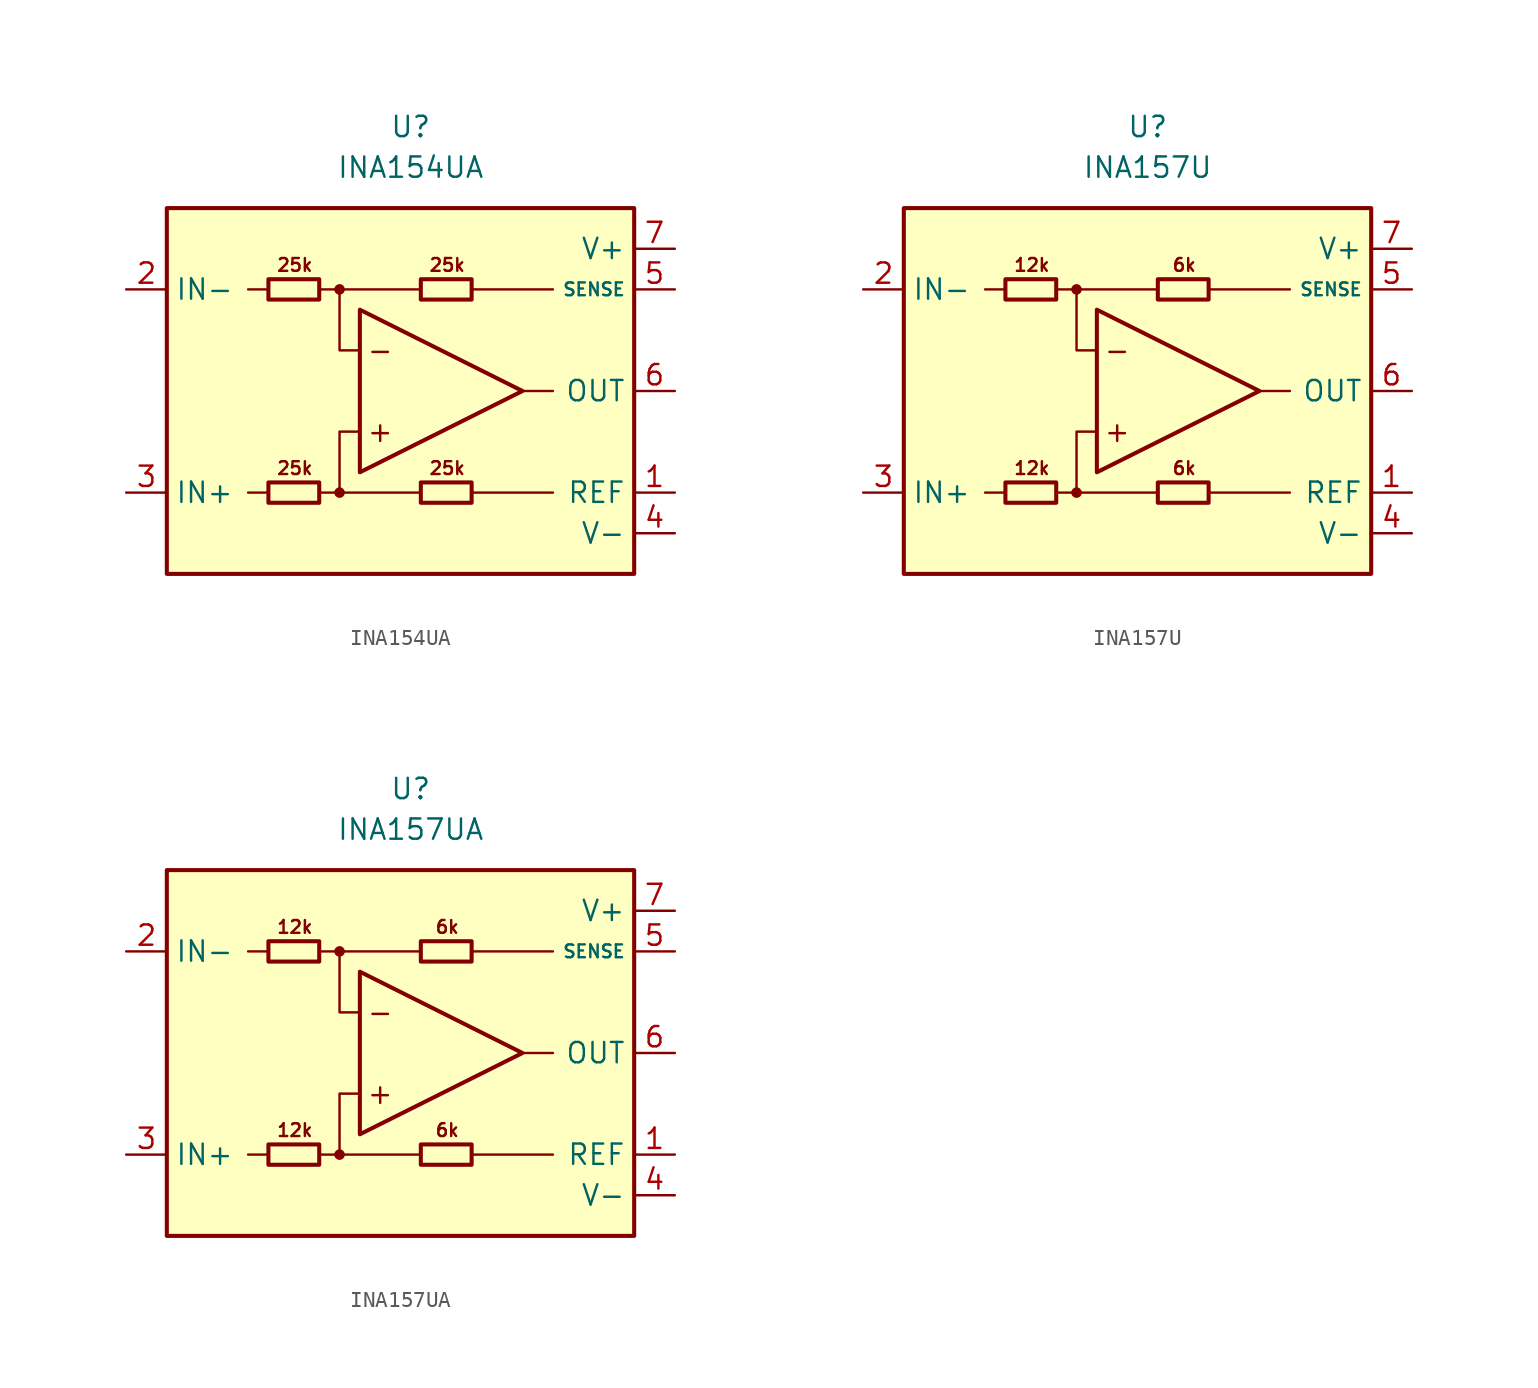
<source format=kicad_sym>
(kicad_symbol_lib
  (version 20211014)
  (generator kicad_symbol_editor)
  (symbol "INA154UA"
    (property "Reference" "U"
      (at 0 16.51 0)
      (effects (font (size 1.27 1.27))))
    (property "Value" "INA154UA"
      (at 0 13.97 0)
      (effects (font (size 1.27 1.27))))
    (symbol "INA154UA_0_0"
      (rectangle (start -15.24 11.43) (end 13.97 -11.43) (stroke (width 0.254) (type default) (color 0 0 0 0)) (fill (type background)))
      (circle (center -4.445 -6.35) (radius 0.254) (stroke (width 0.152) (type default) (color 0 0 0 0)) (fill (type outline)))
      (circle (center -4.445 6.35) (radius 0.254) (stroke (width 0.152) (type default) (color 0 0 0 0)) (fill (type outline)))
      (polyline (pts (xy -8.89 -6.35) (xy -10.16 -6.35)) (stroke (width 0.152) (type default) (color 0 0 0 0)) (fill (type none)))
      (polyline (pts (xy -8.89 6.35) (xy -10.16 6.35)) (stroke (width 0.152) (type default) (color 0 0 0 0)) (fill (type none)))
      (polyline (pts (xy -4.445 6.35) (xy 0.635 6.35)) (stroke (width 0.152) (type default) (color 0 0 0 0)) (fill (type none)))
      (polyline (pts (xy 0.635 -6.35) (xy -4.445 -6.35)) (stroke (width 0.152) (type default) (color 0 0 0 0)) (fill (type none)))
      (polyline (pts (xy 3.81 -6.35) (xy 8.89 -6.35)) (stroke (width 0.152) (type default) (color 0 0 0 0)) (fill (type none)))
      (polyline (pts (xy 3.81 6.35) (xy 8.89 6.35)) (stroke (width 0.152) (type default) (color 0 0 0 0)) (fill (type none)))
      (polyline (pts (xy 8.89 0) (xy 6.985 0)) (stroke (width 0.152) (type default) (color 0 0 0 0)) (fill (type none)))
      (polyline (pts (xy -5.715 -6.35) (xy -4.445 -6.35) (xy -4.445 -2.54) (xy -3.175 -2.54)) (stroke (width 0.152) (type default) (color 0 0 0 0)) (fill (type none)))
      (polyline (pts (xy -3.175 2.54) (xy -4.445 2.54) (xy -4.445 6.35) (xy -5.715 6.35)) (stroke (width 0.152) (type default) (color 0 0 0 0)) (fill (type none)))
      (text "+" (at -1.905 -2.54 0) (effects (font (size 1.27 1.27))))
      (text "-" (at -1.905 2.54 0) (effects (font (size 1.27 1.27))))
      (text "25k" (at -7.239 -4.826 0) (effects (font (size 0.8 0.8))))
      (text "25k" (at -7.239 7.874 0) (effects (font (size 0.8 0.8))))
      (text "25k" (at 2.286 -4.826 0) (effects (font (size 0.8 0.8))))
      (text "25k" (at 2.286 7.874 0) (effects (font (size 0.8 0.8)))))
    (symbol "INA154UA_0_1"
      (rectangle (start -8.89 -5.715) (end -5.715 -6.985) (stroke (width 0.254) (type default) (color 0 0 0 0)) (fill (type none)))
      (rectangle (start -8.89 6.985) (end -5.715 5.715) (stroke (width 0.254) (type default) (color 0 0 0 0)) (fill (type none)))
      (polyline (pts (xy -3.175 5.08) (xy -3.175 -5.08) (xy 6.985 0) (xy -3.175 5.08)) (stroke (width 0.254) (type default) (color 0 0 0 0)) (fill (type none)))
      (rectangle (start 0.635 -5.715) (end 3.81 -6.985) (stroke (width 0.254) (type default) (color 0 0 0 0)) (fill (type none)))
      (rectangle (start 0.635 6.985) (end 3.81 5.715) (stroke (width 0.254) (type default) (color 0 0 0 0)) (fill (type none))))
    (symbol "INA154UA_1_1"
      (pin input line (at 16.51 -6.35 180) (length 2.54) (name "REF" (effects (font (size 1.27 1.27)))) (number "1" (effects (font (size 1.27 1.27)))))
      (pin input line (at -17.78 6.35 0) (length 2.54) (name "IN-" (effects (font (size 1.27 1.27)))) (number "2" (effects (font (size 1.27 1.27)))))
      (pin input line (at -17.78 -6.35 0) (length 2.54) (name "IN+" (effects (font (size 1.27 1.27)))) (number "3" (effects (font (size 1.27 1.27)))))
      (pin power_in line (at 16.51 -8.89 180) (length 2.54) (name "V-" (effects (font (size 1.27 1.27)))) (number "4" (effects (font (size 1.27 1.27)))))
      (pin input line (at 16.51 6.35 180) (length 2.54) (name "SENSE" (effects (font (size 0.8 0.8)))) (number "5" (effects (font (size 1.27 1.27)))))
      (pin output line (at 16.51 0 180) (length 2.54) (name "OUT" (effects (font (size 1.27 1.27)))) (number "6" (effects (font (size 1.27 1.27)))))
      (pin power_in line (at 16.51 8.89 180) (length 2.54) (name "V+" (effects (font (size 1.27 1.27)))) (number "7" (effects (font (size 1.27 1.27)))))
      (pin no_connect line (at -10.16 0 0) (length 2.54) hide (name "NC" (effects (font (size 1.27 1.27)))) (number "8" (effects (font (size 1.27 1.27)))))))
  (symbol "INA157U"
    (property "Reference" "U"
      (at 0 16.51 0)
      (effects (font (size 1.27 1.27))))
    (property "Value" "INA157U"
      (at 0 13.97 0)
      (effects (font (size 1.27 1.27))))
    (symbol "INA157U_0_0"
      (rectangle (start -15.24 11.43) (end 13.97 -11.43) (stroke (width 0.254) (type default) (color 0 0 0 0)) (fill (type background)))
      (circle (center -4.445 -6.35) (radius 0.254) (stroke (width 0.152) (type default) (color 0 0 0 0)) (fill (type outline)))
      (circle (center -4.445 6.35) (radius 0.254) (stroke (width 0.152) (type default) (color 0 0 0 0)) (fill (type outline)))
      (polyline (pts (xy -8.89 -6.35) (xy -10.16 -6.35)) (stroke (width 0.152) (type default) (color 0 0 0 0)) (fill (type none)))
      (polyline (pts (xy -8.89 6.35) (xy -10.16 6.35)) (stroke (width 0.152) (type default) (color 0 0 0 0)) (fill (type none)))
      (polyline (pts (xy -4.445 6.35) (xy 0.635 6.35)) (stroke (width 0.152) (type default) (color 0 0 0 0)) (fill (type none)))
      (polyline (pts (xy 0.635 -6.35) (xy -4.445 -6.35)) (stroke (width 0.152) (type default) (color 0 0 0 0)) (fill (type none)))
      (polyline (pts (xy 3.81 -6.35) (xy 8.89 -6.35)) (stroke (width 0.152) (type default) (color 0 0 0 0)) (fill (type none)))
      (polyline (pts (xy 3.81 6.35) (xy 8.89 6.35)) (stroke (width 0.152) (type default) (color 0 0 0 0)) (fill (type none)))
      (polyline (pts (xy 8.89 0) (xy 6.985 0)) (stroke (width 0.152) (type default) (color 0 0 0 0)) (fill (type none)))
      (polyline (pts (xy -5.715 -6.35) (xy -4.445 -6.35) (xy -4.445 -2.54) (xy -3.175 -2.54)) (stroke (width 0.152) (type default) (color 0 0 0 0)) (fill (type none)))
      (polyline (pts (xy -3.175 2.54) (xy -4.445 2.54) (xy -4.445 6.35) (xy -5.715 6.35)) (stroke (width 0.152) (type default) (color 0 0 0 0)) (fill (type none)))
      (text "+" (at -1.905 -2.54 0) (effects (font (size 1.27 1.27))))
      (text "-" (at -1.905 2.54 0) (effects (font (size 1.27 1.27))))
      (text "12k" (at -7.239 -4.826 0) (effects (font (size 0.8 0.8))))
      (text "12k" (at -7.239 7.874 0) (effects (font (size 0.8 0.8))))
      (text "6k" (at 2.286 -4.826 0) (effects (font (size 0.8 0.8))))
      (text "6k" (at 2.286 7.874 0) (effects (font (size 0.8 0.8)))))
    (symbol "INA157U_0_1"
      (rectangle (start -8.89 -5.715) (end -5.715 -6.985) (stroke (width 0.254) (type default) (color 0 0 0 0)) (fill (type none)))
      (rectangle (start -8.89 6.985) (end -5.715 5.715) (stroke (width 0.254) (type default) (color 0 0 0 0)) (fill (type none)))
      (polyline (pts (xy -3.175 5.08) (xy -3.175 -5.08) (xy 6.985 0) (xy -3.175 5.08)) (stroke (width 0.254) (type default) (color 0 0 0 0)) (fill (type none)))
      (rectangle (start 0.635 -5.715) (end 3.81 -6.985) (stroke (width 0.254) (type default) (color 0 0 0 0)) (fill (type none)))
      (rectangle (start 0.635 6.985) (end 3.81 5.715) (stroke (width 0.254) (type default) (color 0 0 0 0)) (fill (type none))))
    (symbol "INA157U_1_1"
      (pin input line (at 16.51 -6.35 180) (length 2.54) (name "REF" (effects (font (size 1.27 1.27)))) (number "1" (effects (font (size 1.27 1.27)))))
      (pin input line (at -17.78 6.35 0) (length 2.54) (name "IN-" (effects (font (size 1.27 1.27)))) (number "2" (effects (font (size 1.27 1.27)))))
      (pin input line (at -17.78 -6.35 0) (length 2.54) (name "IN+" (effects (font (size 1.27 1.27)))) (number "3" (effects (font (size 1.27 1.27)))))
      (pin power_in line (at 16.51 -8.89 180) (length 2.54) (name "V-" (effects (font (size 1.27 1.27)))) (number "4" (effects (font (size 1.27 1.27)))))
      (pin input line (at 16.51 6.35 180) (length 2.54) (name "SENSE" (effects (font (size 0.8 0.8)))) (number "5" (effects (font (size 1.27 1.27)))))
      (pin output line (at 16.51 0 180) (length 2.54) (name "OUT" (effects (font (size 1.27 1.27)))) (number "6" (effects (font (size 1.27 1.27)))))
      (pin power_in line (at 16.51 8.89 180) (length 2.54) (name "V+" (effects (font (size 1.27 1.27)))) (number "7" (effects (font (size 1.27 1.27)))))
      (pin no_connect line (at -10.16 0 0) (length 2.54) hide (name "NC" (effects (font (size 1.27 1.27)))) (number "8" (effects (font (size 1.27 1.27)))))))
  (symbol "INA157UA"
    (property "Reference" "U"
      (at 0 16.51 0)
      (effects (font (size 1.27 1.27))))
    (property "Value" "INA157UA"
      (at 0 13.97 0)
      (effects (font (size 1.27 1.27))))
    (symbol "INA157UA_0_0"
      (rectangle (start -15.24 11.43) (end 13.97 -11.43) (stroke (width 0.254) (type default) (color 0 0 0 0)) (fill (type background)))
      (circle (center -4.445 -6.35) (radius 0.254) (stroke (width 0.152) (type default) (color 0 0 0 0)) (fill (type outline)))
      (circle (center -4.445 6.35) (radius 0.254) (stroke (width 0.152) (type default) (color 0 0 0 0)) (fill (type outline)))
      (polyline (pts (xy -8.89 -6.35) (xy -10.16 -6.35)) (stroke (width 0.152) (type default) (color 0 0 0 0)) (fill (type none)))
      (polyline (pts (xy -8.89 6.35) (xy -10.16 6.35)) (stroke (width 0.152) (type default) (color 0 0 0 0)) (fill (type none)))
      (polyline (pts (xy -4.445 6.35) (xy 0.635 6.35)) (stroke (width 0.152) (type default) (color 0 0 0 0)) (fill (type none)))
      (polyline (pts (xy 0.635 -6.35) (xy -4.445 -6.35)) (stroke (width 0.152) (type default) (color 0 0 0 0)) (fill (type none)))
      (polyline (pts (xy 3.81 -6.35) (xy 8.89 -6.35)) (stroke (width 0.152) (type default) (color 0 0 0 0)) (fill (type none)))
      (polyline (pts (xy 3.81 6.35) (xy 8.89 6.35)) (stroke (width 0.152) (type default) (color 0 0 0 0)) (fill (type none)))
      (polyline (pts (xy 8.89 0) (xy 6.985 0)) (stroke (width 0.152) (type default) (color 0 0 0 0)) (fill (type none)))
      (polyline (pts (xy -5.715 -6.35) (xy -4.445 -6.35) (xy -4.445 -2.54) (xy -3.175 -2.54)) (stroke (width 0.152) (type default) (color 0 0 0 0)) (fill (type none)))
      (polyline (pts (xy -3.175 2.54) (xy -4.445 2.54) (xy -4.445 6.35) (xy -5.715 6.35)) (stroke (width 0.152) (type default) (color 0 0 0 0)) (fill (type none)))
      (text "+" (at -1.905 -2.54 0) (effects (font (size 1.27 1.27))))
      (text "-" (at -1.905 2.54 0) (effects (font (size 1.27 1.27))))
      (text "12k" (at -7.239 -4.826 0) (effects (font (size 0.8 0.8))))
      (text "12k" (at -7.239 7.874 0) (effects (font (size 0.8 0.8))))
      (text "6k" (at 2.286 -4.826 0) (effects (font (size 0.8 0.8))))
      (text "6k" (at 2.286 7.874 0) (effects (font (size 0.8 0.8)))))
    (symbol "INA157UA_0_1"
      (rectangle (start -8.89 -5.715) (end -5.715 -6.985) (stroke (width 0.254) (type default) (color 0 0 0 0)) (fill (type none)))
      (rectangle (start -8.89 6.985) (end -5.715 5.715) (stroke (width 0.254) (type default) (color 0 0 0 0)) (fill (type none)))
      (polyline (pts (xy -3.175 5.08) (xy -3.175 -5.08) (xy 6.985 0) (xy -3.175 5.08)) (stroke (width 0.254) (type default) (color 0 0 0 0)) (fill (type none)))
      (rectangle (start 0.635 -5.715) (end 3.81 -6.985) (stroke (width 0.254) (type default) (color 0 0 0 0)) (fill (type none)))
      (rectangle (start 0.635 6.985) (end 3.81 5.715) (stroke (width 0.254) (type default) (color 0 0 0 0)) (fill (type none))))
    (symbol "INA157UA_1_1"
      (pin input line (at 16.51 -6.35 180) (length 2.54) (name "REF" (effects (font (size 1.27 1.27)))) (number "1" (effects (font (size 1.27 1.27)))))
      (pin input line (at -17.78 6.35 0) (length 2.54) (name "IN-" (effects (font (size 1.27 1.27)))) (number "2" (effects (font (size 1.27 1.27)))))
      (pin input line (at -17.78 -6.35 0) (length 2.54) (name "IN+" (effects (font (size 1.27 1.27)))) (number "3" (effects (font (size 1.27 1.27)))))
      (pin power_in line (at 16.51 -8.89 180) (length 2.54) (name "V-" (effects (font (size 1.27 1.27)))) (number "4" (effects (font (size 1.27 1.27)))))
      (pin input line (at 16.51 6.35 180) (length 2.54) (name "SENSE" (effects (font (size 0.8 0.8)))) (number "5" (effects (font (size 1.27 1.27)))))
      (pin output line (at 16.51 0 180) (length 2.54) (name "OUT" (effects (font (size 1.27 1.27)))) (number "6" (effects (font (size 1.27 1.27)))))
      (pin power_in line (at 16.51 8.89 180) (length 2.54) (name "V+" (effects (font (size 1.27 1.27)))) (number "7" (effects (font (size 1.27 1.27)))))
      (pin no_connect line (at -10.16 0 0) (length 2.54) hide (name "NC" (effects (font (size 1.27 1.27)))) (number "8" (effects (font (size 1.27 1.27))))))))
</source>
